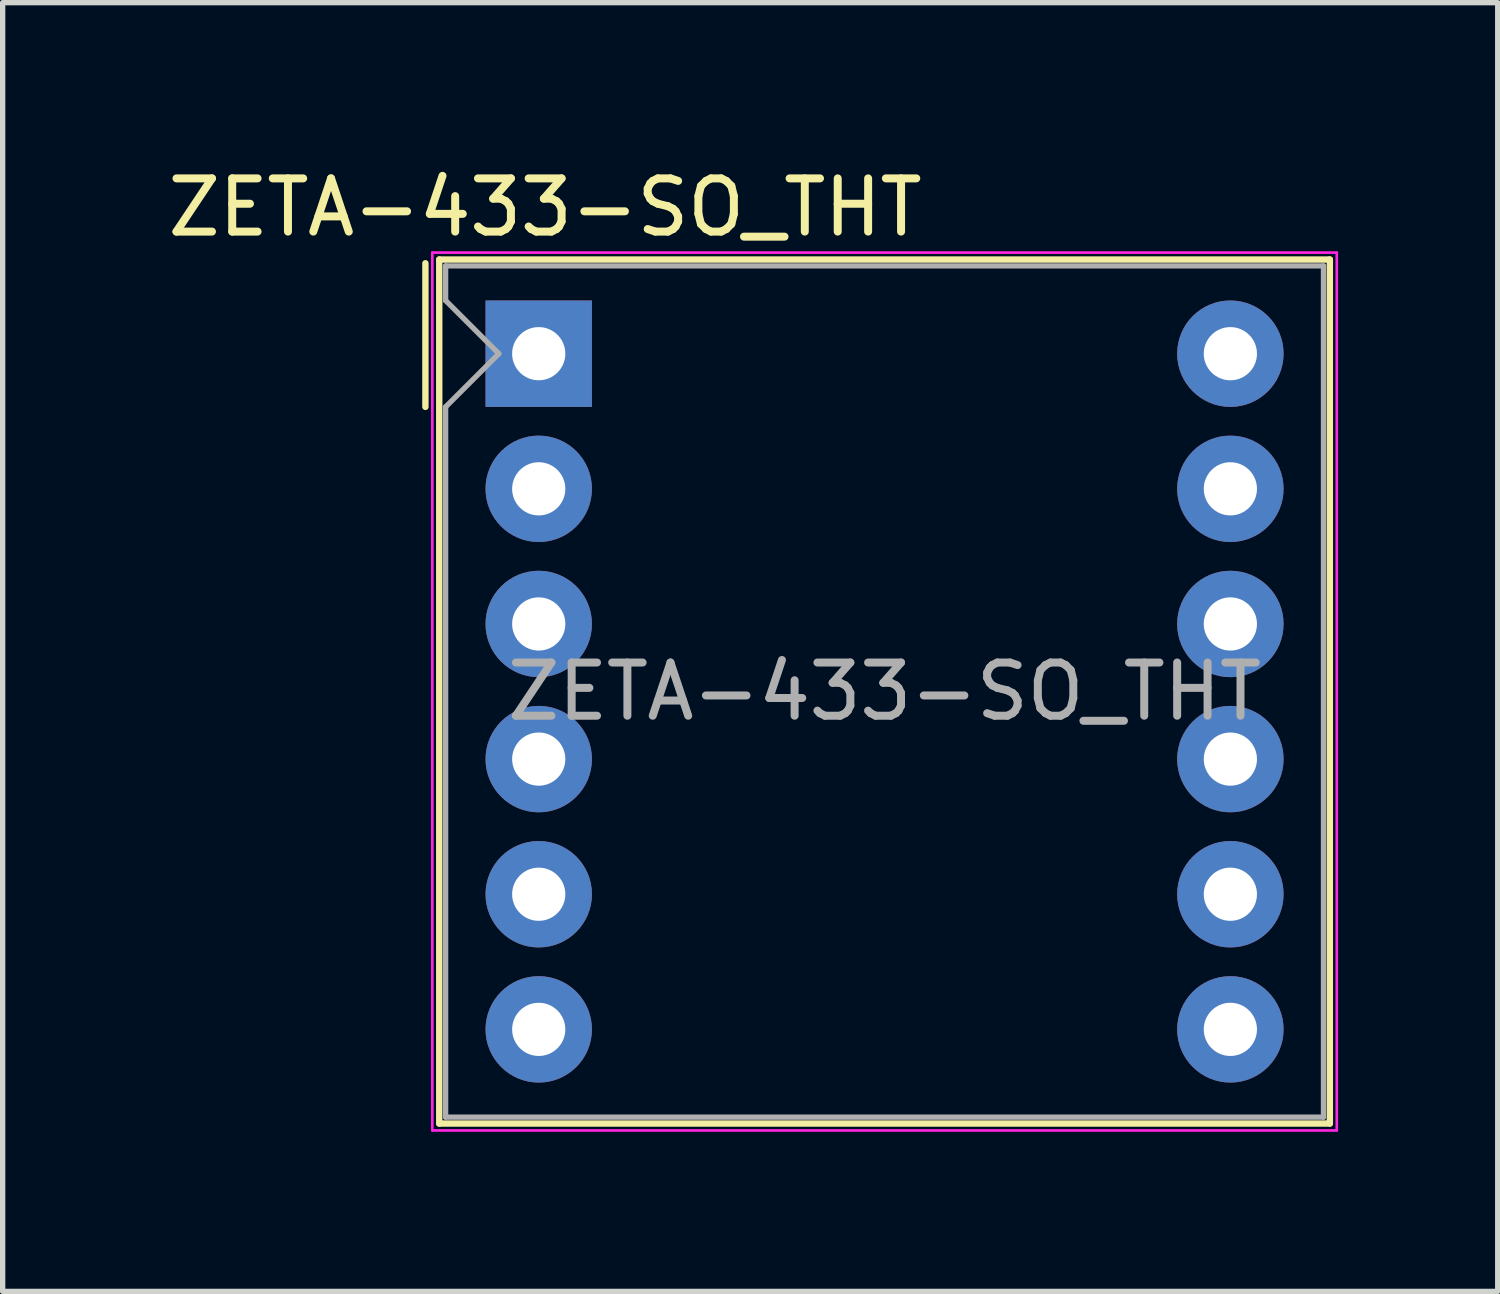
<source format=kicad_pcb>
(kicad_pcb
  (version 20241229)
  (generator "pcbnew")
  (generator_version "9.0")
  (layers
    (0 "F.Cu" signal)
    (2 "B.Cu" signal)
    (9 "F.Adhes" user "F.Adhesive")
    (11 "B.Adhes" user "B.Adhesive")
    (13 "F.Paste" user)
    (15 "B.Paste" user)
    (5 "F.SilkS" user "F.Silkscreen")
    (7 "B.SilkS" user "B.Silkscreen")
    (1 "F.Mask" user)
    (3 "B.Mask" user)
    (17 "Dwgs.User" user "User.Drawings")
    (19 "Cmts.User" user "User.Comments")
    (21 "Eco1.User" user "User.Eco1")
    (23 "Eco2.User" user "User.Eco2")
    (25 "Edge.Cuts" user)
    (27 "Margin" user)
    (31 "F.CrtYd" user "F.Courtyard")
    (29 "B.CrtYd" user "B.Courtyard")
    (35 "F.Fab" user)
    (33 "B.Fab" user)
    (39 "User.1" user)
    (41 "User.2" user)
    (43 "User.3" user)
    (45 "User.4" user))
  (footprint "ZETA-433-SO_THT"
    (layer "F.Cu")
    (at 7.076 3.598)
    (property "Reference" "ZETA-433-SO_THT" (at 0.12 -2.75 0) (layer "F.SilkS") (effects (font (size 1 1) (thickness 0.15))))
    (attr through_hole)
    (fp_line (start -2.13 -1.7) (end -2.13 1) (stroke (width 0.12) (type solid)) (layer "F.SilkS"))
    (fp_line (start -1.87 -1.77) (end -1.87 14.47) (stroke (width 0.12) (type solid)) (layer "F.SilkS"))
    (fp_line (start -1.87 -1.77) (end 14.87 -1.77) (stroke (width 0.12) (type solid)) (layer "F.SilkS"))
    (fp_line (start 14.87 -1.77) (end 14.87 14.47) (stroke (width 0.12) (type solid)) (layer "F.SilkS"))
    (fp_line (start 14.87 14.47) (end -1.87 14.47) (stroke (width 0.12) (type solid)) (layer "F.SilkS"))
    (fp_line (start -2 -1.9) (end 15 -1.9) (stroke (width 0.05) (type solid)) (layer "F.CrtYd"))
    (fp_line (start -2 14.6) (end -2 -1.9) (stroke (width 0.05) (type solid)) (layer "F.CrtYd"))
    (fp_line (start 15 -1.9) (end 15 14.6) (stroke (width 0.05) (type solid)) (layer "F.CrtYd"))
    (fp_line (start 15 14.6) (end -2 14.6) (stroke (width 0.05) (type solid)) (layer "F.CrtYd"))
    (fp_line (start -1.75 -1.65) (end 14.75 -1.65) (stroke (width 0.1) (type solid)) (layer "F.Fab"))
    (fp_line (start -1.75 -1) (end -1.75 -1.65) (stroke (width 0.1) (type solid)) (layer "F.Fab"))
    (fp_line (start -1.75 14.35) (end -1.75 1) (stroke (width 0.1) (type solid)) (layer "F.Fab"))
    (fp_line (start -0.75 0) (end -1.75 -1) (stroke (width 0.1) (type solid)) (layer "F.Fab"))
    (fp_line (start -0.75 0) (end -1.75 1) (stroke (width 0.1) (type solid)) (layer "F.Fab"))
    (fp_line (start 14.75 -1.65) (end 14.75 14.35) (stroke (width 0.1) (type solid)) (layer "F.Fab"))
    (fp_line (start 14.75 14.35) (end -1.75 14.35) (stroke (width 0.1) (type solid)) (layer "F.Fab"))
    (fp_text user "${REFERENCE}" (at 6.5 6.35 0) (layer "F.Fab") (effects (font (size 1 1) (thickness 0.15))))
    (pad "1" thru_hole rect (at 0 0) (size 2 2) (drill 1) (layers "*.Cu" "*.Mask"))
    (pad "2" thru_hole circle (at 0 2.54) (size 2 2) (drill 1) (layers "*.Cu" "*.Mask"))
    (pad "3" thru_hole circle (at 0 5.08) (size 2 2) (drill 1) (layers "*.Cu" "*.Mask"))
    (pad "4" thru_hole circle (at 0 7.62) (size 2 2) (drill 1) (layers "*.Cu" "*.Mask"))
    (pad "5" thru_hole circle (at 0 10.16) (size 2 2) (drill 1) (layers "*.Cu" "*.Mask"))
    (pad "6" thru_hole circle (at 0 12.7) (size 2 2) (drill 1) (layers "*.Cu" "*.Mask"))
    (pad "7" thru_hole circle (at 13 12.7) (size 2 2) (drill 1) (layers "*.Cu" "*.Mask"))
    (pad "8" thru_hole circle (at 13 10.16) (size 2 2) (drill 1) (layers "*.Cu" "*.Mask"))
    (pad "9" thru_hole circle (at 13 7.62) (size 2 2) (drill 1) (layers "*.Cu" "*.Mask"))
    (pad "10" thru_hole circle (at 13 5.08) (size 2 2) (drill 1) (layers "*.Cu" "*.Mask"))
    (pad "11" thru_hole circle (at 13 2.54) (size 2 2) (drill 1) (layers "*.Cu" "*.Mask"))
    (pad "12" thru_hole circle (at 13 0) (size 2 2) (drill 1) (layers "*.Cu" "*.Mask")))
  (gr_rect
    (start -3 -3)
    (end 25.101 21.223)
    (stroke (width 0.1) (type default))
    (fill no)
    (layer "Edge.Cuts")))
</source>
